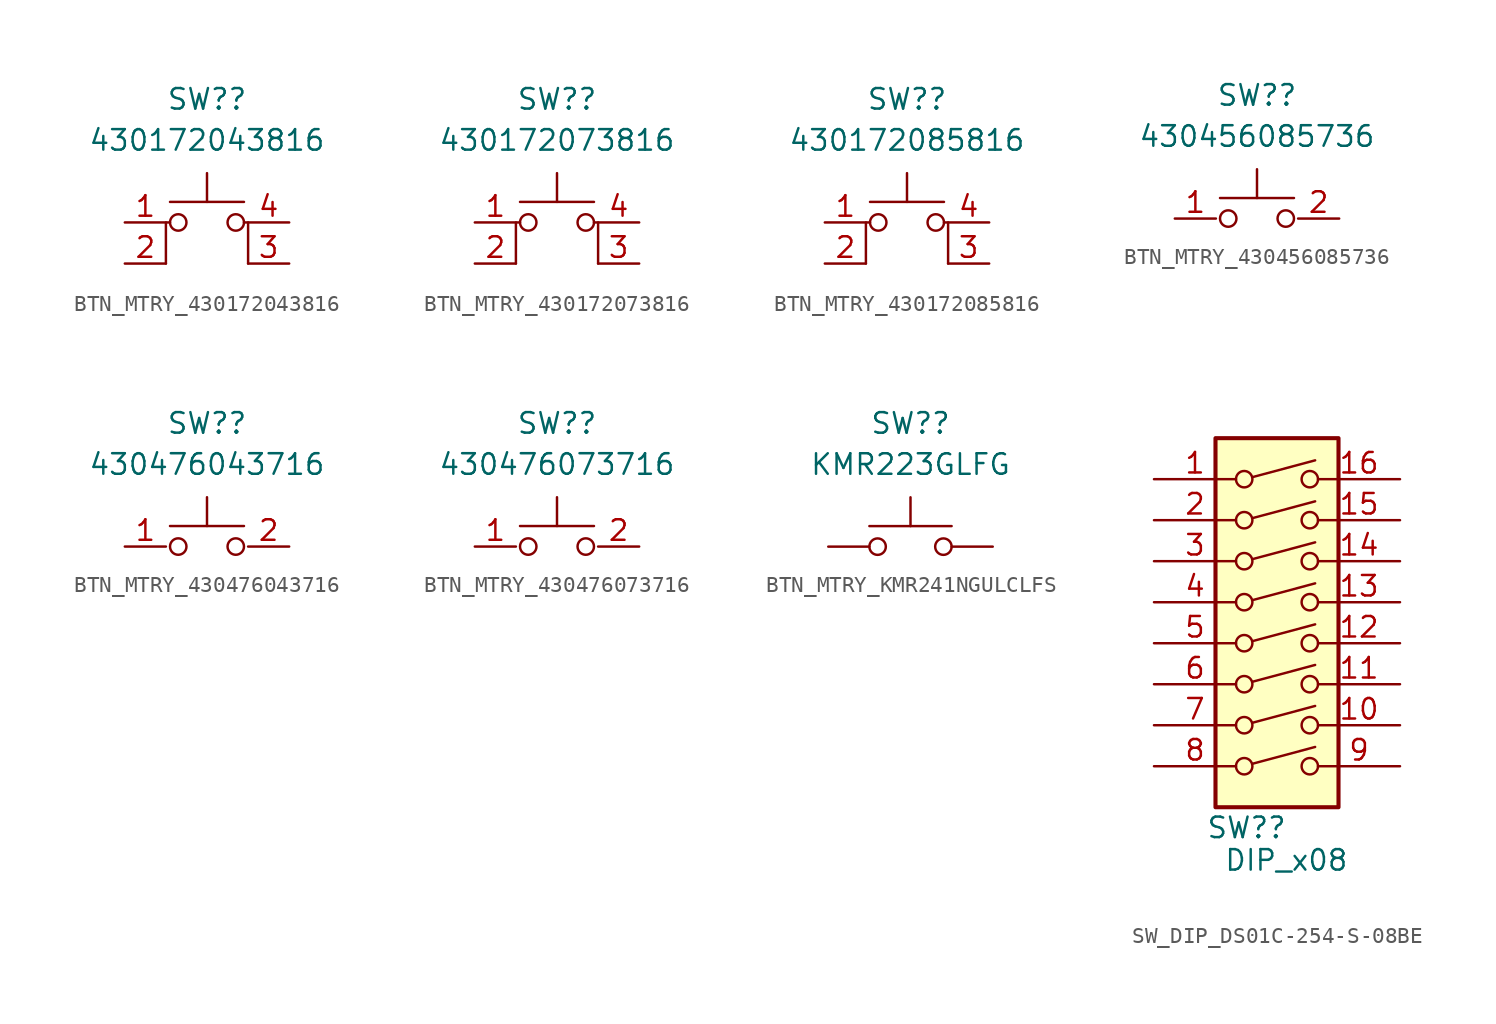
<source format=kicad_sym>
(kicad_symbol_lib
  (version 20231120)
  (generator "kicad_symbol_editor")
  (generator_version "8.0")
  (symbol "BTN_MTRY_430172043816"
    (property "Reference" "SW?"
      (at 0 8.89 0)
      (effects (font (size 1.27 1.27))))
    (property "Value" "430172043816"
      (at 0 6.35 0)
      (effects (font (size 1.27 1.27))))
    (symbol "BTN_MTRY_430172043816_0_1"
      (circle (center -1.778 1.27) (radius 0.508) (stroke (width 0) (type default)) (fill (type none)))
      (polyline (pts (xy -2.286 2.54) (xy 2.286 2.54)) (stroke (width 0) (type default)) (fill (type none)))
      (polyline (pts (xy 0 2.54) (xy 0 4.318)) (stroke (width 0) (type default)) (fill (type none)))
      (polyline (pts (xy -2.54 -1.27) (xy -2.54 1.27) (xy -2.286 1.27)) (stroke (width 0) (type default)) (fill (type none)))
      (polyline (pts (xy 2.54 -1.27) (xy 2.54 1.27) (xy 2.286 1.27)) (stroke (width 0) (type default)) (fill (type none)))
      (circle (center 1.778 1.27) (radius 0.508) (stroke (width 0) (type default)) (fill (type none))))
    (symbol "BTN_MTRY_430172043816_1_1"
      (pin passive line (at -5.08 1.27 0) (length 2.54) (name "" (effects (font (size 1.27 1.27)))) (number "1" (effects (font (size 1.27 1.27)))))
      (pin passive line (at -5.08 -1.27 0) (length 2.54) (name "" (effects (font (size 1.27 1.27)))) (number "2" (effects (font (size 1.27 1.27)))))
      (pin passive line (at 5.08 -1.27 180) (length 2.54) (name "" (effects (font (size 1.27 1.27)))) (number "3" (effects (font (size 1.27 1.27)))))
      (pin passive line (at 5.08 1.27 180) (length 2.54) (name "" (effects (font (size 1.27 1.27)))) (number "4" (effects (font (size 1.27 1.27)))))))
  (symbol "BTN_MTRY_430172073816"
    (property "Reference" "SW?"
      (at 0 8.89 0)
      (effects (font (size 1.27 1.27))))
    (property "Value" "430172073816"
      (at 0 6.35 0)
      (effects (font (size 1.27 1.27))))
    (symbol "BTN_MTRY_430172073816_0_1"
      (circle (center -1.778 1.27) (radius 0.508) (stroke (width 0) (type default)) (fill (type none)))
      (polyline (pts (xy -2.286 2.54) (xy 2.286 2.54)) (stroke (width 0) (type default)) (fill (type none)))
      (polyline (pts (xy 0 2.54) (xy 0 4.318)) (stroke (width 0) (type default)) (fill (type none)))
      (polyline (pts (xy -2.54 -1.27) (xy -2.54 1.27) (xy -2.286 1.27)) (stroke (width 0) (type default)) (fill (type none)))
      (polyline (pts (xy 2.54 -1.27) (xy 2.54 1.27) (xy 2.286 1.27)) (stroke (width 0) (type default)) (fill (type none)))
      (circle (center 1.778 1.27) (radius 0.508) (stroke (width 0) (type default)) (fill (type none))))
    (symbol "BTN_MTRY_430172073816_1_1"
      (pin passive line (at -5.08 1.27 0) (length 2.54) (name "" (effects (font (size 1.27 1.27)))) (number "1" (effects (font (size 1.27 1.27)))))
      (pin passive line (at -5.08 -1.27 0) (length 2.54) (name "" (effects (font (size 1.27 1.27)))) (number "2" (effects (font (size 1.27 1.27)))))
      (pin passive line (at 5.08 -1.27 180) (length 2.54) (name "" (effects (font (size 1.27 1.27)))) (number "3" (effects (font (size 1.27 1.27)))))
      (pin passive line (at 5.08 1.27 180) (length 2.54) (name "" (effects (font (size 1.27 1.27)))) (number "4" (effects (font (size 1.27 1.27)))))))
  (symbol "BTN_MTRY_430172085816"
    (property "Reference" "SW?"
      (at 0 8.89 0)
      (effects (font (size 1.27 1.27))))
    (property "Value" "430172085816"
      (at 0 6.35 0)
      (effects (font (size 1.27 1.27))))
    (symbol "BTN_MTRY_430172085816_0_1"
      (circle (center -1.778 1.27) (radius 0.508) (stroke (width 0) (type default)) (fill (type none)))
      (polyline (pts (xy -2.286 2.54) (xy 2.286 2.54)) (stroke (width 0) (type default)) (fill (type none)))
      (polyline (pts (xy 0 2.54) (xy 0 4.318)) (stroke (width 0) (type default)) (fill (type none)))
      (polyline (pts (xy -2.54 -1.27) (xy -2.54 1.27) (xy -2.286 1.27)) (stroke (width 0) (type default)) (fill (type none)))
      (polyline (pts (xy 2.54 -1.27) (xy 2.54 1.27) (xy 2.286 1.27)) (stroke (width 0) (type default)) (fill (type none)))
      (circle (center 1.778 1.27) (radius 0.508) (stroke (width 0) (type default)) (fill (type none))))
    (symbol "BTN_MTRY_430172085816_1_1"
      (pin passive line (at -5.08 1.27 0) (length 2.54) (name "" (effects (font (size 1.27 1.27)))) (number "1" (effects (font (size 1.27 1.27)))))
      (pin passive line (at -5.08 -1.27 0) (length 2.54) (name "" (effects (font (size 1.27 1.27)))) (number "2" (effects (font (size 1.27 1.27)))))
      (pin passive line (at 5.08 -1.27 180) (length 2.54) (name "" (effects (font (size 1.27 1.27)))) (number "3" (effects (font (size 1.27 1.27)))))
      (pin passive line (at 5.08 1.27 180) (length 2.54) (name "" (effects (font (size 1.27 1.27)))) (number "4" (effects (font (size 1.27 1.27)))))))
  (symbol "BTN_MTRY_430456085736"
    (property "Reference" "SW?"
      (at 0 8.89 0)
      (effects (font (size 1.27 1.27))))
    (property "Value" "430456085736"
      (at 0 6.35 0)
      (effects (font (size 1.27 1.27))))
    (symbol "BTN_MTRY_430456085736_0_1"
      (circle (center -1.778 1.27) (radius 0.508) (stroke (width 0) (type default)) (fill (type none)))
      (polyline (pts (xy -2.286 2.54) (xy 2.286 2.54)) (stroke (width 0) (type default)) (fill (type none)))
      (polyline (pts (xy 0 2.54) (xy 0 4.318)) (stroke (width 0) (type default)) (fill (type none)))
      (circle (center 1.778 1.27) (radius 0.508) (stroke (width 0) (type default)) (fill (type none))))
    (symbol "BTN_MTRY_430456085736_1_1"
      (pin passive line (at -5.08 1.27 0) (length 2.54) (name "" (effects (font (size 1.27 1.27)))) (number "1" (effects (font (size 1.27 1.27)))))
      (pin passive line (at 5.08 1.27 180) (length 2.54) (name "" (effects (font (size 1.27 1.27)))) (number "2" (effects (font (size 1.27 1.27)))))))
  (symbol "BTN_MTRY_430476043716"
    (property "Reference" "SW?"
      (at 0 8.89 0)
      (effects (font (size 1.27 1.27))))
    (property "Value" "430476043716"
      (at 0 6.35 0)
      (effects (font (size 1.27 1.27))))
    (symbol "BTN_MTRY_430476043716_0_1"
      (circle (center -1.778 1.27) (radius 0.508) (stroke (width 0) (type default)) (fill (type none)))
      (polyline (pts (xy -2.286 2.54) (xy 2.286 2.54)) (stroke (width 0) (type default)) (fill (type none)))
      (polyline (pts (xy 0 2.54) (xy 0 4.318)) (stroke (width 0) (type default)) (fill (type none)))
      (circle (center 1.778 1.27) (radius 0.508) (stroke (width 0) (type default)) (fill (type none))))
    (symbol "BTN_MTRY_430476043716_1_1"
      (pin passive line (at -5.08 1.27 0) (length 2.54) (name "" (effects (font (size 1.27 1.27)))) (number "1" (effects (font (size 1.27 1.27)))))
      (pin passive line (at 5.08 1.27 180) (length 2.54) (name "" (effects (font (size 1.27 1.27)))) (number "2" (effects (font (size 1.27 1.27)))))))
  (symbol "BTN_MTRY_430476073716"
    (property "Reference" "SW?"
      (at 0 8.89 0)
      (effects (font (size 1.27 1.27))))
    (property "Value" "430476073716"
      (at 0 6.35 0)
      (effects (font (size 1.27 1.27))))
    (symbol "BTN_MTRY_430476073716_0_1"
      (circle (center -1.778 1.27) (radius 0.508) (stroke (width 0) (type default)) (fill (type none)))
      (polyline (pts (xy -2.286 2.54) (xy 2.286 2.54)) (stroke (width 0) (type default)) (fill (type none)))
      (polyline (pts (xy 0 2.54) (xy 0 4.318)) (stroke (width 0) (type default)) (fill (type none)))
      (circle (center 1.778 1.27) (radius 0.508) (stroke (width 0) (type default)) (fill (type none))))
    (symbol "BTN_MTRY_430476073716_1_1"
      (pin passive line (at -5.08 1.27 0) (length 2.54) (name "" (effects (font (size 1.27 1.27)))) (number "1" (effects (font (size 1.27 1.27)))))
      (pin passive line (at 5.08 1.27 180) (length 2.54) (name "" (effects (font (size 1.27 1.27)))) (number "2" (effects (font (size 1.27 1.27)))))))
  (symbol "BTN_MTRY_KMR241NGULCLFS"
    (pin_numbers hide)
    (pin_names
      (offset 1.016) hide)
    (property "Reference" "SW?"
      (at 0 7.62 0)
      (effects (font (size 1.27 1.27))))
    (property "Value" "KMR223GLFG"
      (at 0 5.08 0)
      (effects (font (size 1.27 1.27))))
    (symbol "BTN_MTRY_KMR241NGULCLFS_0_1"
      (circle (center -2.032 0) (radius 0.508) (stroke (width 0) (type default)) (fill (type none)))
      (polyline (pts (xy 0 1.27) (xy 0 3.048)) (stroke (width 0) (type default)) (fill (type none)))
      (polyline (pts (xy 2.54 1.27) (xy -2.54 1.27)) (stroke (width 0) (type default)) (fill (type none)))
      (circle (center 2.032 0) (radius 0.508) (stroke (width 0) (type default)) (fill (type none)))
      (pin passive line (at -5.08 0 0) (length 2.54) (name "1" (effects (font (size 1.27 1.27)))) (number "1" (effects (font (size 1.27 1.27)))))
      (pin passive line (at 5.08 0 180) (length 2.54) (name "2" (effects (font (size 1.27 1.27)))) (number "2" (effects (font (size 1.27 1.27)))))))
  (symbol "SW_DIP_DS01C-254-S-08BE"
    (pin_names
      (offset 0) hide)
    (property "Reference" "SW?"
      (at 0.635 -11.43 0)
      (effects (font (size 1.27 1.27)) (justify right)))
    (property "Value" "DIP_x08"
      (at -3.302 -12.7 0)
      (effects (font (size 1.27 1.27)) (justify left top)))
    (symbol "SW_DIP_DS01C-254-S-08BE_0_0"
      (circle (center -2.032 -7.62) (radius 0.508) (stroke (width 0) (type default)) (fill (type none)))
      (circle (center -2.032 -5.08) (radius 0.508) (stroke (width 0) (type default)) (fill (type none)))
      (circle (center -2.032 -2.54) (radius 0.508) (stroke (width 0) (type default)) (fill (type none)))
      (circle (center -2.032 0) (radius 0.508) (stroke (width 0) (type default)) (fill (type none)))
      (circle (center -2.032 2.54) (radius 0.508) (stroke (width 0) (type default)) (fill (type none)))
      (circle (center -2.032 5.08) (radius 0.508) (stroke (width 0) (type default)) (fill (type none)))
      (circle (center -2.032 7.62) (radius 0.508) (stroke (width 0) (type default)) (fill (type none)))
      (circle (center -2.032 10.16) (radius 0.508) (stroke (width 0) (type default)) (fill (type none)))
      (polyline (pts (xy -1.524 -7.468) (xy 2.362 -6.426)) (stroke (width 0) (type default)) (fill (type none)))
      (polyline (pts (xy -1.524 -4.928) (xy 2.362 -3.886)) (stroke (width 0) (type default)) (fill (type none)))
      (polyline (pts (xy -1.524 -2.388) (xy 2.362 -1.346)) (stroke (width 0) (type default)) (fill (type none)))
      (polyline (pts (xy -1.524 0.127) (xy 2.362 1.168)) (stroke (width 0) (type default)) (fill (type none)))
      (polyline (pts (xy -1.524 2.667) (xy 2.362 3.708)) (stroke (width 0) (type default)) (fill (type none)))
      (polyline (pts (xy -1.524 5.207) (xy 2.362 6.248)) (stroke (width 0) (type default)) (fill (type none)))
      (polyline (pts (xy -1.524 7.747) (xy 2.362 8.788)) (stroke (width 0) (type default)) (fill (type none)))
      (polyline (pts (xy -1.524 10.287) (xy 2.362 11.328)) (stroke (width 0) (type default)) (fill (type none)))
      (circle (center 2.032 -7.62) (radius 0.508) (stroke (width 0) (type default)) (fill (type none)))
      (circle (center 2.032 -5.08) (radius 0.508) (stroke (width 0) (type default)) (fill (type none)))
      (circle (center 2.032 -2.54) (radius 0.508) (stroke (width 0) (type default)) (fill (type none)))
      (circle (center 2.032 0) (radius 0.508) (stroke (width 0) (type default)) (fill (type none)))
      (circle (center 2.032 2.54) (radius 0.508) (stroke (width 0) (type default)) (fill (type none)))
      (circle (center 2.032 5.08) (radius 0.508) (stroke (width 0) (type default)) (fill (type none)))
      (circle (center 2.032 7.62) (radius 0.508) (stroke (width 0) (type default)) (fill (type none)))
      (circle (center 2.032 10.16) (radius 0.508) (stroke (width 0) (type default)) (fill (type none))))
    (symbol "SW_DIP_DS01C-254-S-08BE_0_1"
      (rectangle (start -3.81 12.7) (end 3.81 -10.16) (stroke (width 0.254) (type default)) (fill (type background))))
    (symbol "SW_DIP_DS01C-254-S-08BE_1_1"
      (pin passive line (at -7.62 10.16 0) (length 5.08) (name "~" (effects (font (size 1.27 1.27)))) (number "1" (effects (font (size 1.27 1.27)))))
      (pin passive line (at 7.62 -5.08 180) (length 5.08) (name "~" (effects (font (size 1.27 1.27)))) (number "10" (effects (font (size 1.27 1.27)))))
      (pin passive line (at 7.62 -2.54 180) (length 5.08) (name "~" (effects (font (size 1.27 1.27)))) (number "11" (effects (font (size 1.27 1.27)))))
      (pin passive line (at 7.62 0 180) (length 5.08) (name "~" (effects (font (size 1.27 1.27)))) (number "12" (effects (font (size 1.27 1.27)))))
      (pin passive line (at 7.62 2.54 180) (length 5.08) (name "~" (effects (font (size 1.27 1.27)))) (number "13" (effects (font (size 1.27 1.27)))))
      (pin passive line (at 7.62 5.08 180) (length 5.08) (name "~" (effects (font (size 1.27 1.27)))) (number "14" (effects (font (size 1.27 1.27)))))
      (pin passive line (at 7.62 7.62 180) (length 5.08) (name "~" (effects (font (size 1.27 1.27)))) (number "15" (effects (font (size 1.27 1.27)))))
      (pin passive line (at 7.62 10.16 180) (length 5.08) (name "~" (effects (font (size 1.27 1.27)))) (number "16" (effects (font (size 1.27 1.27)))))
      (pin passive line (at -7.62 7.62 0) (length 5.08) (name "~" (effects (font (size 1.27 1.27)))) (number "2" (effects (font (size 1.27 1.27)))))
      (pin passive line (at -7.62 5.08 0) (length 5.08) (name "~" (effects (font (size 1.27 1.27)))) (number "3" (effects (font (size 1.27 1.27)))))
      (pin passive line (at -7.62 2.54 0) (length 5.08) (name "~" (effects (font (size 1.27 1.27)))) (number "4" (effects (font (size 1.27 1.27)))))
      (pin passive line (at -7.62 0 0) (length 5.08) (name "~" (effects (font (size 1.27 1.27)))) (number "5" (effects (font (size 1.27 1.27)))))
      (pin passive line (at -7.62 -2.54 0) (length 5.08) (name "~" (effects (font (size 1.27 1.27)))) (number "6" (effects (font (size 1.27 1.27)))))
      (pin passive line (at -7.62 -5.08 0) (length 5.08) (name "~" (effects (font (size 1.27 1.27)))) (number "7" (effects (font (size 1.27 1.27)))))
      (pin passive line (at -7.62 -7.62 0) (length 5.08) (name "~" (effects (font (size 1.27 1.27)))) (number "8" (effects (font (size 1.27 1.27)))))
      (pin passive line (at 7.62 -7.62 180) (length 5.08) (name "~" (effects (font (size 1.27 1.27)))) (number "9" (effects (font (size 1.27 1.27))))))))
</source>
